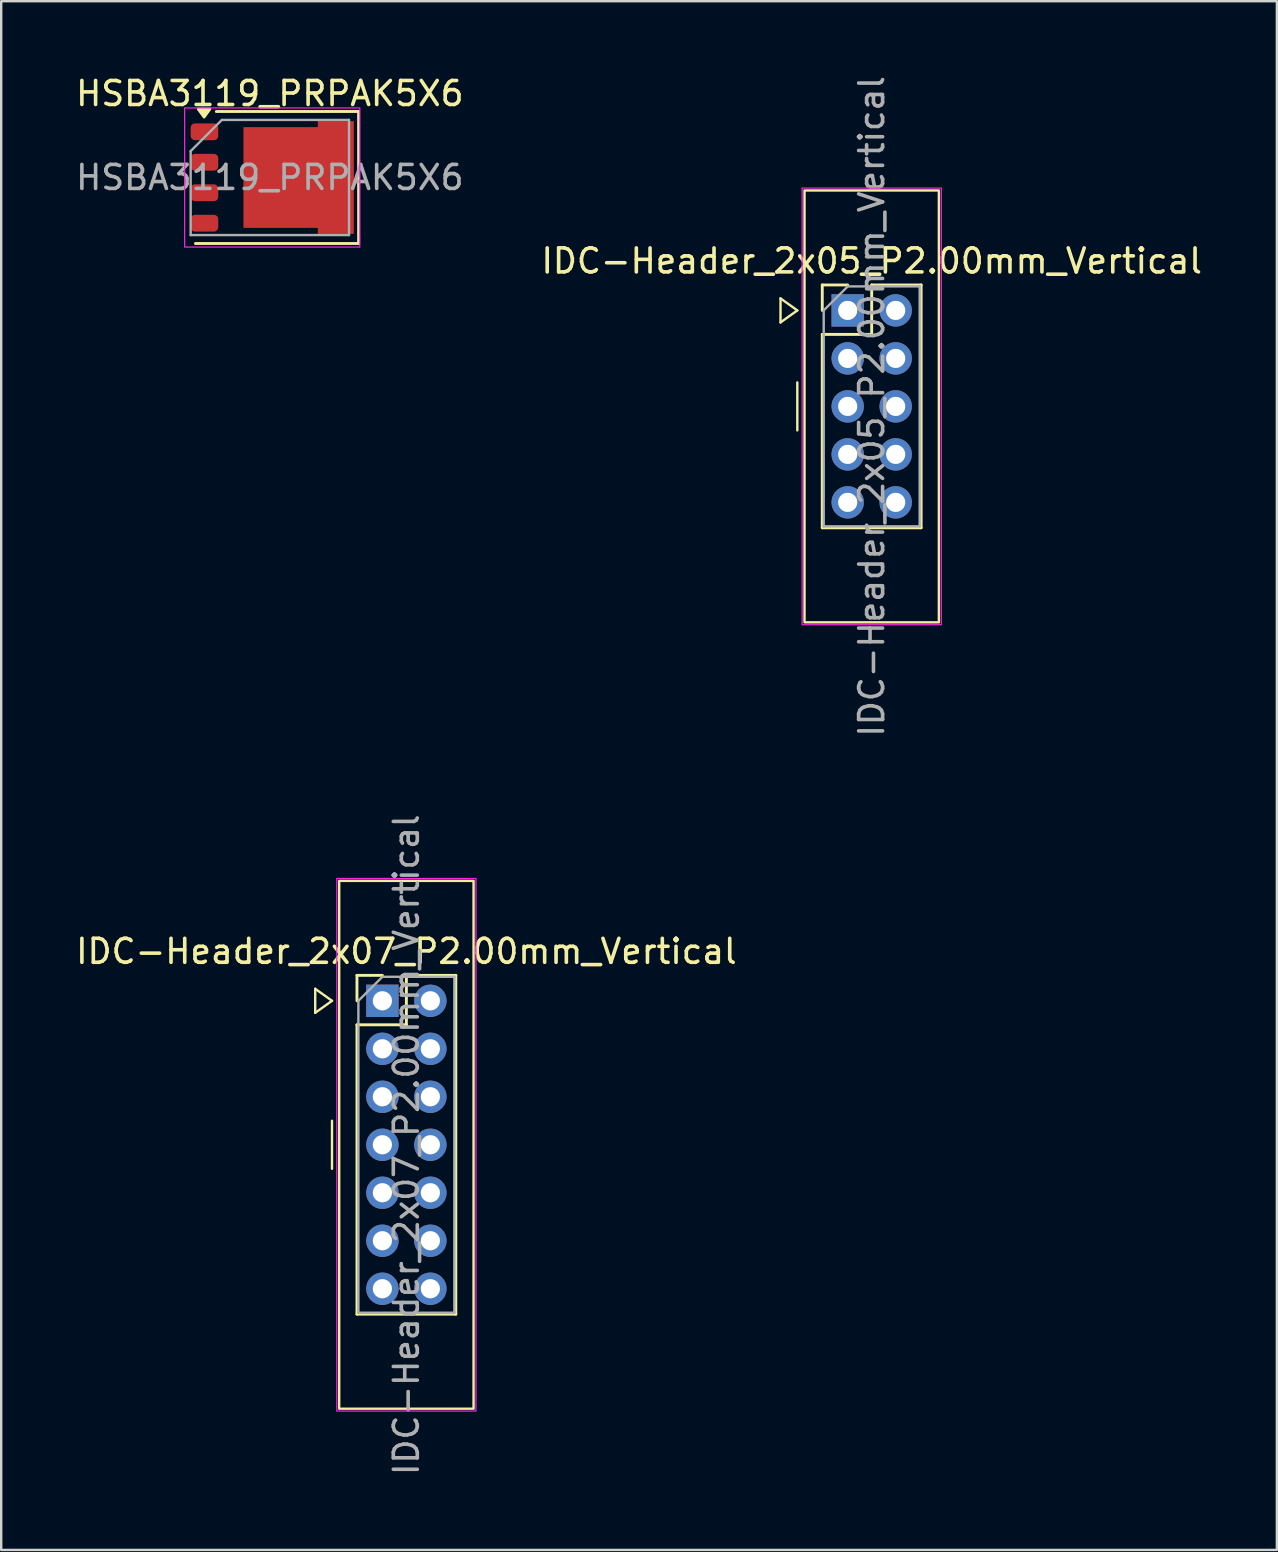
<source format=kicad_pcb>
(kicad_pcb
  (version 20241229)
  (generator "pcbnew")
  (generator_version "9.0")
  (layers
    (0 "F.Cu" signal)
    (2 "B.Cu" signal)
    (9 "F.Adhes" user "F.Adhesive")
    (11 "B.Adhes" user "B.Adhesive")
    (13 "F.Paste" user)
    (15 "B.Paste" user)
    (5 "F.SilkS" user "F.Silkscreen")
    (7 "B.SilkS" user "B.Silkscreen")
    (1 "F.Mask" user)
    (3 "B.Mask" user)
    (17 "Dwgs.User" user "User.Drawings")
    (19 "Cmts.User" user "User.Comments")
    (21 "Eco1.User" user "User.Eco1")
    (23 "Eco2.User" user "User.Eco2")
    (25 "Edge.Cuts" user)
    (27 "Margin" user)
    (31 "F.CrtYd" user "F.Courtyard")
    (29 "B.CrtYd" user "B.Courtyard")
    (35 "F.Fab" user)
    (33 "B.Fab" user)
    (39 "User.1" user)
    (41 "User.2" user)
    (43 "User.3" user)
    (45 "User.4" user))
  (footprint "IDC-Header_2x07_P2.00mm_Vertical"
    (layer "F.Cu")
    (at 12.887 38.661)
    (property "Reference" "IDC-Header_2x07_P2.00mm_Vertical" (at 1 -2.06 0) (layer "F.SilkS") (effects (font (size 1 1) (thickness 0.15))))
    (attr through_hole)
    (fp_line (start -2.8 -0.5) (end -2.8 0.5) (stroke (width 0.1) (type default)) (layer "F.SilkS"))
    (fp_line (start -2.8 0.5) (end -2.1 0) (stroke (width 0.1) (type default)) (layer "F.SilkS"))
    (fp_line (start -2.1 0) (end -2.8 -0.5) (stroke (width 0.1) (type default)) (layer "F.SilkS"))
    (fp_line (start -2.1 5) (end -2.1 7) (stroke (width 0.1) (type default)) (layer "F.SilkS"))
    (fp_line (start -1.06 -1.06) (end 0 -1.06) (stroke (width 0.12) (type solid)) (layer "F.SilkS"))
    (fp_line (start -1.06 0) (end -1.06 -1.06) (stroke (width 0.12) (type solid)) (layer "F.SilkS"))
    (fp_line (start -1.06 1) (end -1.06 13.06) (stroke (width 0.12) (type solid)) (layer "F.SilkS"))
    (fp_line (start -1.06 1) (end 1 1) (stroke (width 0.12) (type solid)) (layer "F.SilkS"))
    (fp_line (start -1.06 13.06) (end 3.06 13.06) (stroke (width 0.12) (type solid)) (layer "F.SilkS"))
    (fp_line (start 1 -1.06) (end 3.06 -1.06) (stroke (width 0.12) (type solid)) (layer "F.SilkS"))
    (fp_line (start 1 1) (end 1 -1.06) (stroke (width 0.12) (type solid)) (layer "F.SilkS"))
    (fp_line (start 3.06 -1.06) (end 3.06 13.06) (stroke (width 0.12) (type solid)) (layer "F.SilkS"))
    (fp_rect (start -1.8 -5) (end 3.8 17) (stroke (width 0.1) (type default)) (fill no) (layer "F.SilkS"))
    (fp_rect (start -1.9 -5.1) (end 3.9 17.1) (stroke (width 0.05) (type default)) (fill no) (layer "F.CrtYd"))
    (fp_line (start -1 0) (end 0 -1) (stroke (width 0.1) (type solid)) (layer "F.Fab"))
    (fp_line (start -1 13) (end -1 0) (stroke (width 0.1) (type solid)) (layer "F.Fab"))
    (fp_line (start 0 -1) (end 3 -1) (stroke (width 0.1) (type solid)) (layer "F.Fab"))
    (fp_line (start 3 -1) (end 3 13) (stroke (width 0.1) (type solid)) (layer "F.Fab"))
    (fp_line (start 3 13) (end -1 13) (stroke (width 0.1) (type solid)) (layer "F.Fab"))
    (fp_text user "${REFERENCE}" (at 1 6 90) (layer "F.Fab") (effects (font (size 1 1) (thickness 0.15))))
    (pad "1" thru_hole rect (at 0 0) (size 1.35 1.35) (drill 0.8) (layers "*.Cu" "*.Mask"))
    (pad "2" thru_hole oval (at 2 0) (size 1.35 1.35) (drill 0.8) (layers "*.Cu" "*.Mask"))
    (pad "3" thru_hole oval (at 0 2) (size 1.35 1.35) (drill 0.8) (layers "*.Cu" "*.Mask"))
    (pad "4" thru_hole oval (at 2 2) (size 1.35 1.35) (drill 0.8) (layers "*.Cu" "*.Mask"))
    (pad "5" thru_hole oval (at 0 4) (size 1.35 1.35) (drill 0.8) (layers "*.Cu" "*.Mask"))
    (pad "6" thru_hole oval (at 2 4) (size 1.35 1.35) (drill 0.8) (layers "*.Cu" "*.Mask"))
    (pad "7" thru_hole oval (at 0 6) (size 1.35 1.35) (drill 0.8) (layers "*.Cu" "*.Mask"))
    (pad "8" thru_hole oval (at 2 6) (size 1.35 1.35) (drill 0.8) (layers "*.Cu" "*.Mask"))
    (pad "9" thru_hole oval (at 0 8) (size 1.35 1.35) (drill 0.8) (layers "*.Cu" "*.Mask"))
    (pad "10" thru_hole oval (at 2 8) (size 1.35 1.35) (drill 0.8) (layers "*.Cu" "*.Mask"))
    (pad "11" thru_hole oval (at 0 10) (size 1.35 1.35) (drill 0.8) (layers "*.Cu" "*.Mask"))
    (pad "12" thru_hole oval (at 2 10) (size 1.35 1.35) (drill 0.8) (layers "*.Cu" "*.Mask"))
    (pad "13" thru_hole oval (at 0 12) (size 1.35 1.35) (drill 0.8) (layers "*.Cu" "*.Mask"))
    (pad "14" thru_hole oval (at 2 12) (size 1.35 1.35) (drill 0.8) (layers "*.Cu" "*.Mask")))
  (footprint "IDC-Header_2x05_P2.00mm_Vertical"
    (layer "F.Cu")
    (at 32.28 9.887)
    (property "Reference" "IDC-Header_2x05_P2.00mm_Vertical" (at 1 -2.06 0) (layer "F.SilkS") (effects (font (size 1 1) (thickness 0.15))))
    (attr through_hole)
    (fp_line (start -2.8 -0.5) (end -2.8 0.5) (stroke (width 0.1) (type default)) (layer "F.SilkS"))
    (fp_line (start -2.8 0.5) (end -2.1 0) (stroke (width 0.1) (type default)) (layer "F.SilkS"))
    (fp_line (start -2.1 0) (end -2.8 -0.5) (stroke (width 0.1) (type default)) (layer "F.SilkS"))
    (fp_line (start -2.1 3) (end -2.1 5) (stroke (width 0.1) (type default)) (layer "F.SilkS"))
    (fp_line (start -1.06 -1.06) (end 0 -1.06) (stroke (width 0.12) (type solid)) (layer "F.SilkS"))
    (fp_line (start -1.06 0) (end -1.06 -1.06) (stroke (width 0.12) (type solid)) (layer "F.SilkS"))
    (fp_line (start -1.06 1) (end -1.06 9.06) (stroke (width 0.12) (type solid)) (layer "F.SilkS"))
    (fp_line (start -1.06 1) (end 1 1) (stroke (width 0.12) (type solid)) (layer "F.SilkS"))
    (fp_line (start -1.06 9.06) (end 3.06 9.06) (stroke (width 0.12) (type solid)) (layer "F.SilkS"))
    (fp_line (start 1 -1.06) (end 3.06 -1.06) (stroke (width 0.12) (type solid)) (layer "F.SilkS"))
    (fp_line (start 1 1) (end 1 -1.06) (stroke (width 0.12) (type solid)) (layer "F.SilkS"))
    (fp_line (start 3.06 -1.06) (end 3.06 9.06) (stroke (width 0.12) (type solid)) (layer "F.SilkS"))
    (fp_rect (start -1.8 -5) (end 3.8 13) (stroke (width 0.1) (type default)) (fill no) (layer "F.SilkS"))
    (fp_rect (start -1.9 -5.1) (end 3.9 13.1) (stroke (width 0.05) (type default)) (fill no) (layer "F.CrtYd"))
    (fp_line (start -1 0) (end 0 -1) (stroke (width 0.1) (type solid)) (layer "F.Fab"))
    (fp_line (start -1 9) (end -1 0) (stroke (width 0.1) (type solid)) (layer "F.Fab"))
    (fp_line (start 0 -1) (end 3 -1) (stroke (width 0.1) (type solid)) (layer "F.Fab"))
    (fp_line (start 3 -1) (end 3 9) (stroke (width 0.1) (type solid)) (layer "F.Fab"))
    (fp_line (start 3 9) (end -1 9) (stroke (width 0.1) (type solid)) (layer "F.Fab"))
    (fp_text user "${REFERENCE}" (at 1 4 90) (layer "F.Fab") (effects (font (size 1 1) (thickness 0.15))))
    (pad "1" thru_hole rect (at 0 0) (size 1.35 1.35) (drill 0.8) (layers "*.Cu" "*.Mask"))
    (pad "2" thru_hole oval (at 2 0) (size 1.35 1.35) (drill 0.8) (layers "*.Cu" "*.Mask"))
    (pad "3" thru_hole oval (at 0 2) (size 1.35 1.35) (drill 0.8) (layers "*.Cu" "*.Mask"))
    (pad "4" thru_hole oval (at 2 2) (size 1.35 1.35) (drill 0.8) (layers "*.Cu" "*.Mask"))
    (pad "5" thru_hole oval (at 0 4) (size 1.35 1.35) (drill 0.8) (layers "*.Cu" "*.Mask"))
    (pad "6" thru_hole oval (at 2 4) (size 1.35 1.35) (drill 0.8) (layers "*.Cu" "*.Mask"))
    (pad "7" thru_hole oval (at 0 6) (size 1.35 1.35) (drill 0.8) (layers "*.Cu" "*.Mask"))
    (pad "8" thru_hole oval (at 2 6) (size 1.35 1.35) (drill 0.8) (layers "*.Cu" "*.Mask"))
    (pad "9" thru_hole oval (at 0 8) (size 1.35 1.35) (drill 0.8) (layers "*.Cu" "*.Mask"))
    (pad "10" thru_hole oval (at 2 8) (size 1.35 1.35) (drill 0.8) (layers "*.Cu" "*.Mask")))
  (footprint "HSBA3119_PRPAK5X6"
    (layer "F.Cu")
    (at 8.196 4.348)
    (property "Reference" "HSBA3119_PRPAK5X6" (at 0 -3.5 0) (layer "F.SilkS") (effects (font (size 1 1) (thickness 0.15))))
    (attr smd)
    (fp_line (start -3.1 2.75) (end 3.7 2.75) (stroke (width 0.12) (type solid)) (layer "F.SilkS"))
    (fp_line (start 3.7 -2.75) (end -2.23 -2.75) (stroke (width 0.12) (type solid)) (layer "F.SilkS"))
    (fp_line (start 3.7 2.75) (end 3.7 -2.75) (stroke (width 0.12) (type solid)) (layer "F.SilkS"))
    (fp_poly (pts (xy -2.74 -2.52) (xy -2.98 -2.85) (xy -2.5 -2.85) (xy -2.74 -2.52)) (stroke (width 0.12) (type solid)) (fill yes) (layer "F.SilkS"))
    (fp_rect (start -3.55 -2.9) (end 3.75 2.9) (stroke (width 0.05) (type solid)) (fill no) (layer "F.CrtYd"))
    (fp_line (start -3.3 -1.1) (end -3.3 2.4) (stroke (width 0.1) (type solid)) (layer "F.Fab"))
    (fp_line (start -3.3 -1.1) (end -2 -2.4) (stroke (width 0.1) (type solid)) (layer "F.Fab"))
    (fp_line (start -3.3 2.4) (end 3.3 2.4) (stroke (width 0.1) (type solid)) (layer "F.Fab"))
    (fp_line (start 3.3 -2.4) (end -2 -2.4) (stroke (width 0.1) (type solid)) (layer "F.Fab"))
    (fp_line (start 3.3 2.4) (end 3.3 -2.4) (stroke (width 0.1) (type solid)) (layer "F.Fab"))
    (fp_text user "${REFERENCE}" (at 0 0 180) (layer "F.Fab") (effects (font (size 1 1) (thickness 0.15))))
    (pad "" smd rect (at -0.55 -1.15 90) (size 0.9 0.6) (layers "F.Paste"))
    (pad "" smd rect (at -0.55 0 90) (size 0.9 0.6) (layers "F.Paste"))
    (pad "" smd rect (at -0.55 1.15 90) (size 0.9 0.6) (layers "F.Paste"))
    (pad "" smd rect (at 0.3 -1.15 90) (size 0.9 0.6) (layers "F.Paste"))
    (pad "" smd rect (at 0.3 0 90) (size 0.9 0.6) (layers "F.Paste"))
    (pad "" smd rect (at 0.3 1.15 90) (size 0.9 0.6) (layers "F.Paste"))
    (pad "" smd rect (at 1.15 -1.15 90) (size 0.9 0.6) (layers "F.Paste"))
    (pad "" smd rect (at 1.15 0 90) (size 0.9 0.6) (layers "F.Paste"))
    (pad "" smd rect (at 1.15 1.15 90) (size 0.9 0.6) (layers "F.Paste"))
    (pad "" smd rect (at 2 -1.15 90) (size 0.9 0.6) (layers "F.Paste"))
    (pad "" smd rect (at 2 0 90) (size 0.9 0.6) (layers "F.Paste"))
    (pad "" smd rect (at 2 1.15 90) (size 0.9 0.6) (layers "F.Paste"))
    (pad "" smd rect (at 3 -1.905 90) (size 0.6 0.9) (layers "F.Paste"))
    (pad "" smd rect (at 3 -0.635 90) (size 0.6 0.9) (layers "F.Paste"))
    (pad "" smd rect (at 3 0.635 90) (size 0.6 0.9) (layers "F.Paste"))
    (pad "" smd rect (at 3 1.905 90) (size 0.6 0.9) (layers "F.Paste"))
    (pad "D" smd custom (at 0 0 90) (size 4 2) (layers "F.Cu" "F.Mask") (options (anchor rect)) (primitives (gr_poly (pts (xy -2.35 3.5) (xy 2.35 3.5) (xy 2.35 2) (xy 2.1 2) (xy 2.1 -1.1) (xy -2.1 -1.1) (xy -2.1 2) (xy -2.35 2)) (width 0) (fill yes))))
    (pad "G" smd roundrect (at -2.725 1.905 90) (size 0.7 1.15) (layers "F.Cu" "F.Mask" "F.Paste") (roundrect_rratio 0.25))
    (pad "S" smd roundrect (at -2.725 -1.905 90) (size 0.7 1.15) (layers "F.Cu" "F.Mask" "F.Paste") (roundrect_rratio 0.25))
    (pad "S" smd roundrect (at -2.725 -0.635 90) (size 0.7 1.15) (layers "F.Cu" "F.Mask" "F.Paste") (roundrect_rratio 0.25))
    (pad "S" smd roundrect (at -2.725 0.635 90) (size 0.7 1.15) (layers "F.Cu" "F.Mask" "F.Paste") (roundrect_rratio 0.25)))
  (gr_rect
    (start -3 -3)
    (end 50.167 61.548)
    (stroke (width 0.1) (type default))
    (fill no)
    (layer "Edge.Cuts")))
</source>
